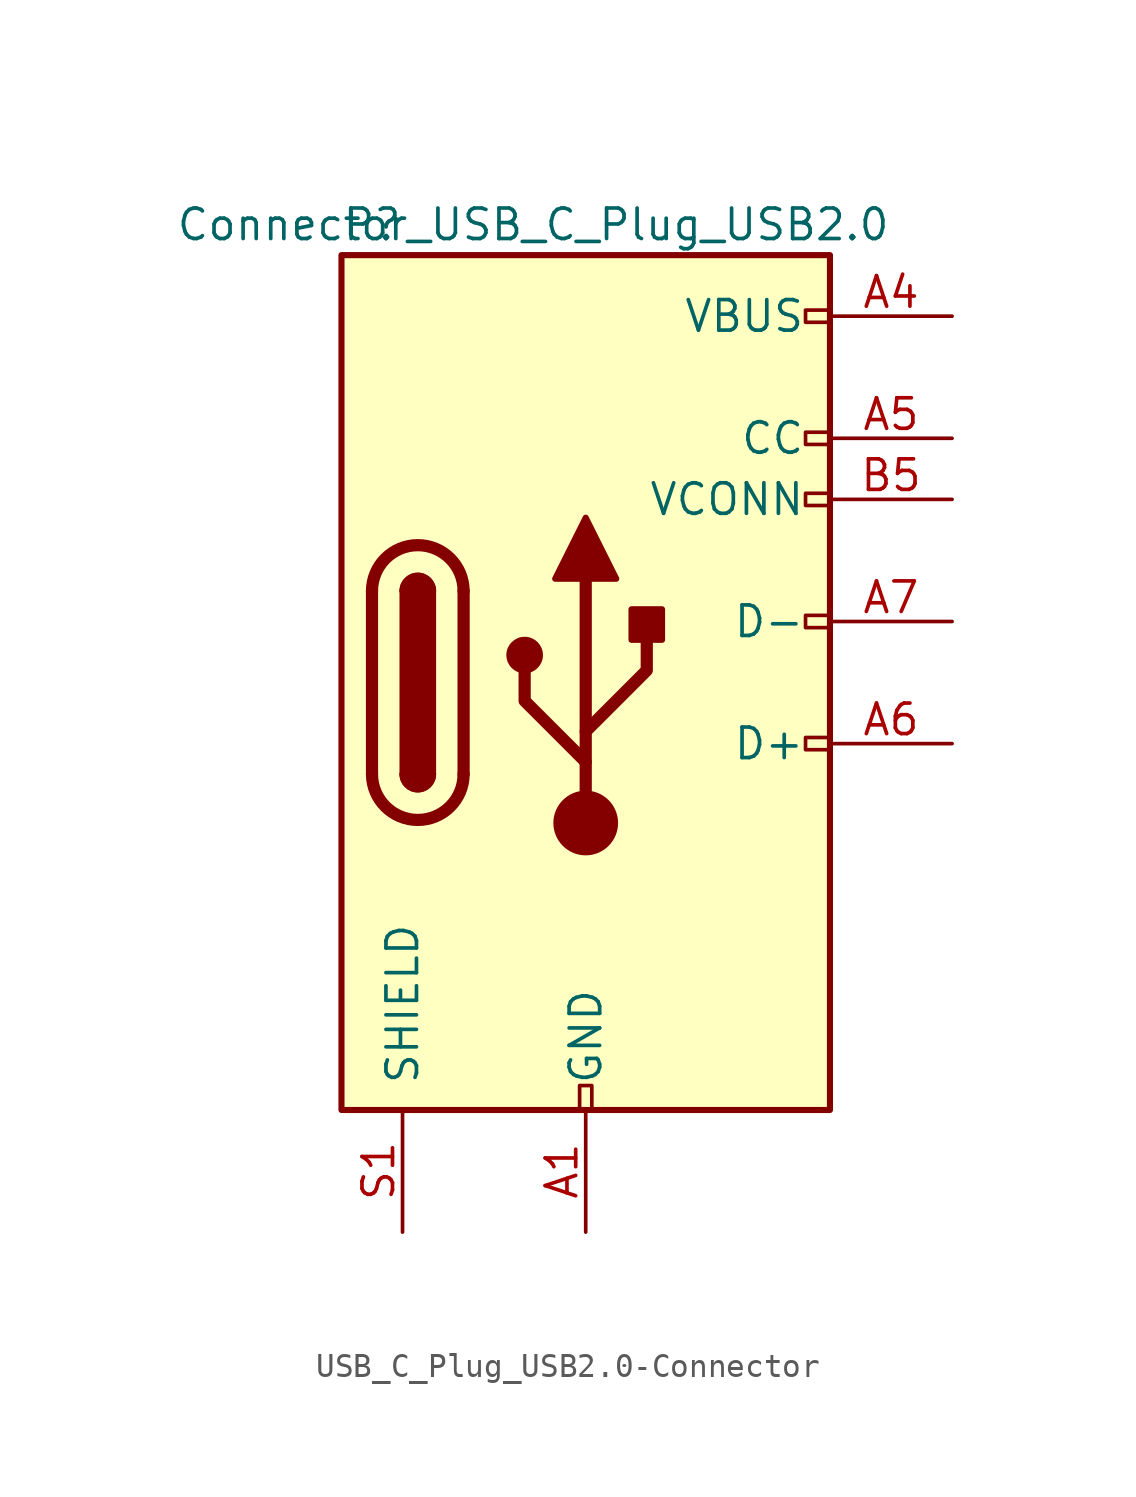
<source format=kicad_sym>
(kicad_symbol_lib
  (version 20220914)
  (generator kicad_symbol_editor)
  (symbol "USB_C_Plug_USB2.0-Connector"
    (pin_names
      (offset 1.016))
    (property "Reference" "P"
      (at -10.16 19.05 0)
      (effects (font (size 1.27 1.27)) (justify left)))
    (property "Value" "Connector_USB_C_Plug_USB2.0"
      (at 12.7 19.05 0)
      (effects (font (size 1.27 1.27)) (justify right)))
    (symbol "USB_C_Plug_USB2.0-Connector_0_0"
      (rectangle (start -0.254 -17.78) (end 0.254 -16.764) (stroke (width 0) (type solid)) (fill (type none)))
      (rectangle (start 10.16 -2.286) (end 9.144 -2.794) (stroke (width 0) (type solid)) (fill (type none)))
      (rectangle (start 10.16 2.794) (end 9.144 2.286) (stroke (width 0) (type solid)) (fill (type none)))
      (rectangle (start 10.16 7.874) (end 9.144 7.366) (stroke (width 0) (type solid)) (fill (type none)))
      (rectangle (start 10.16 10.414) (end 9.144 9.906) (stroke (width 0) (type solid)) (fill (type none)))
      (rectangle (start 10.16 15.494) (end 9.144 14.986) (stroke (width 0) (type solid)) (fill (type none))))
    (symbol "USB_C_Plug_USB2.0-Connector_0_1"
      (rectangle (start -10.16 17.78) (end 10.16 -17.78) (stroke (width 0.254) (type solid)) (fill (type background)))
      (arc (start -8.89 -3.81) (mid -6.985 -5.7067) (end -5.08 -3.81) (stroke (width 0.508) (type solid)) (fill (type none)))
      (arc (start -7.62 -3.81) (mid -6.985 -4.4423) (end -6.35 -3.81) (stroke (width 0.254) (type solid)) (fill (type none)))
      (arc (start -7.62 -3.81) (mid -6.985 -4.4423) (end -6.35 -3.81) (stroke (width 0.254) (type solid)) (fill (type outline)))
      (rectangle (start -7.62 -3.81) (end -6.35 3.81) (stroke (width 0.254) (type solid)) (fill (type outline)))
      (arc (start -6.35 3.81) (mid -6.985 4.4423) (end -7.62 3.81) (stroke (width 0.254) (type solid)) (fill (type none)))
      (arc (start -6.35 3.81) (mid -6.985 4.4423) (end -7.62 3.81) (stroke (width 0.254) (type solid)) (fill (type outline)))
      (arc (start -5.08 3.81) (mid -6.985 5.7067) (end -8.89 3.81) (stroke (width 0.508) (type solid)) (fill (type none)))
      (circle (center -2.54 1.143) (radius 0.635) (stroke (width 0.254) (type solid)) (fill (type outline)))
      (circle (center 0 -5.842) (radius 1.27) (stroke (width 0) (type solid)) (fill (type outline)))
      (polyline (pts (xy -8.89 -3.81) (xy -8.89 3.81)) (stroke (width 0.508) (type solid)) (fill (type none)))
      (polyline (pts (xy -5.08 3.81) (xy -5.08 -3.81)) (stroke (width 0.508) (type solid)) (fill (type none)))
      (polyline (pts (xy 0 -5.842) (xy 0 4.318)) (stroke (width 0.508) (type solid)) (fill (type none)))
      (polyline (pts (xy 0 -3.302) (xy -2.54 -0.762) (xy -2.54 0.508)) (stroke (width 0.508) (type solid)) (fill (type none)))
      (polyline (pts (xy 0 -2.032) (xy 2.54 0.508) (xy 2.54 1.778)) (stroke (width 0.508) (type solid)) (fill (type none)))
      (polyline (pts (xy -1.27 4.318) (xy 0 6.858) (xy 1.27 4.318) (xy -1.27 4.318)) (stroke (width 0.254) (type solid)) (fill (type outline)))
      (rectangle (start 1.905 1.778) (end 3.175 3.048) (stroke (width 0.254) (type solid)) (fill (type outline))))
    (symbol "USB_C_Plug_USB2.0-Connector_1_1"
      (pin power_in line (at 0 -22.86 90) (length 5.08) (name "GND" (effects (font (size 1.27 1.27)))) (number "A1" (effects (font (size 1.27 1.27)))))
      (pin passive line (at 0 -22.86 90) (length 5.08) hide (name "GND" (effects (font (size 1.27 1.27)))) (number "A12" (effects (font (size 1.27 1.27)))))
      (pin power_out line (at 15.24 15.24 180) (length 5.08) (name "VBUS" (effects (font (size 1.27 1.27)))) (number "A4" (effects (font (size 1.27 1.27)))))
      (pin bidirectional line (at 15.24 10.16 180) (length 5.08) (name "CC" (effects (font (size 1.27 1.27)))) (number "A5" (effects (font (size 1.27 1.27)))))
      (pin bidirectional line (at 15.24 -2.54 180) (length 5.08) (name "D+" (effects (font (size 1.27 1.27)))) (number "A6" (effects (font (size 1.27 1.27)))))
      (pin bidirectional line (at 15.24 2.54 180) (length 5.08) (name "D-" (effects (font (size 1.27 1.27)))) (number "A7" (effects (font (size 1.27 1.27)))))
      (pin passive line (at 15.24 15.24 180) (length 5.08) hide (name "VBUS" (effects (font (size 1.27 1.27)))) (number "A9" (effects (font (size 1.27 1.27)))))
      (pin passive line (at 0 -22.86 90) (length 5.08) hide (name "GND" (effects (font (size 1.27 1.27)))) (number "B1" (effects (font (size 1.27 1.27)))))
      (pin passive line (at 0 -22.86 90) (length 5.08) hide (name "GND" (effects (font (size 1.27 1.27)))) (number "B12" (effects (font (size 1.27 1.27)))))
      (pin passive line (at 15.24 15.24 180) (length 5.08) hide (name "VBUS" (effects (font (size 1.27 1.27)))) (number "B4" (effects (font (size 1.27 1.27)))))
      (pin bidirectional line (at 15.24 7.62 180) (length 5.08) (name "VCONN" (effects (font (size 1.27 1.27)))) (number "B5" (effects (font (size 1.27 1.27)))))
      (pin passive line (at 15.24 15.24 180) (length 5.08) hide (name "VBUS" (effects (font (size 1.27 1.27)))) (number "B9" (effects (font (size 1.27 1.27)))))
      (pin passive line (at -7.62 -22.86 90) (length 5.08) (name "SHIELD" (effects (font (size 1.27 1.27)))) (number "S1" (effects (font (size 1.27 1.27))))))))
</source>
